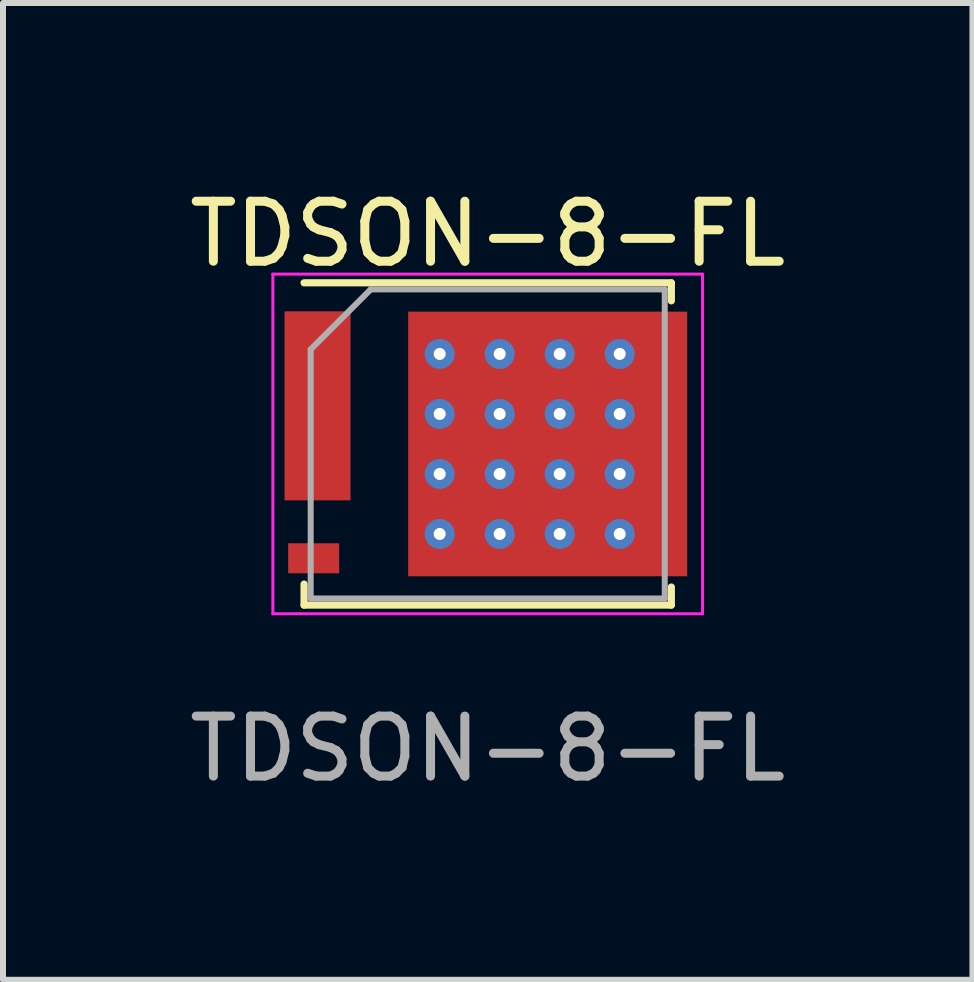
<source format=kicad_pcb>
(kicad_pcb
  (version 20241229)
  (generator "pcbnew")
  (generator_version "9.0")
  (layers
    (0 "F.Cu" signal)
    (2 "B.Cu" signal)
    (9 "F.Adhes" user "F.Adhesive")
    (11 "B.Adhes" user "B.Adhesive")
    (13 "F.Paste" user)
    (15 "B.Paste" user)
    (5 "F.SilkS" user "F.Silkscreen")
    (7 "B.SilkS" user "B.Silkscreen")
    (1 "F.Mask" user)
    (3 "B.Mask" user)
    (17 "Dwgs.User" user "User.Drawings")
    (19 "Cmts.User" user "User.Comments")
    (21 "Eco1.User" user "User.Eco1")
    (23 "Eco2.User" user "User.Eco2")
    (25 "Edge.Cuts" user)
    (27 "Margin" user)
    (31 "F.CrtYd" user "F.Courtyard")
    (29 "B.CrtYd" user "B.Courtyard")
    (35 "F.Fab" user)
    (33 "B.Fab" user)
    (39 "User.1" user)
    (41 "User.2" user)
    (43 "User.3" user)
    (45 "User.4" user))
  (footprint "TDSON-8-FL"
    (layer "F.Cu")
    (at 5.077 4.348)
    (property "Reference" "TDSON-8-FL" (at 0 -3.5 0) (layer "F.SilkS") (effects (font (size 1 1) (thickness 0.15))))
    (attr smd)
    (fp_line (start -3.06 2.335) (end -3.06 2.685) (stroke (width 0.12) (type solid)) (layer "F.SilkS"))
    (fp_line (start 3.06 -2.685) (end -3.06 -2.685) (stroke (width 0.12) (type solid)) (layer "F.SilkS"))
    (fp_line (start 3.06 -2.385) (end 3.06 -2.685) (stroke (width 0.12) (type solid)) (layer "F.SilkS"))
    (fp_line (start 3.06 2.385) (end 3.06 2.685) (stroke (width 0.12) (type solid)) (layer "F.SilkS"))
    (fp_line (start 3.06 2.685) (end -3.06 2.685) (stroke (width 0.12) (type solid)) (layer "F.SilkS"))
    (fp_line (start -3.58 -2.83) (end -3.58 2.83) (stroke (width 0.05) (type solid)) (layer "F.CrtYd"))
    (fp_line (start -3.58 2.83) (end 3.58 2.83) (stroke (width 0.05) (type solid)) (layer "F.CrtYd"))
    (fp_line (start 3.58 -2.83) (end -3.58 -2.83) (stroke (width 0.05) (type solid)) (layer "F.CrtYd"))
    (fp_line (start 3.58 2.83) (end 3.58 -2.83) (stroke (width 0.05) (type solid)) (layer "F.CrtYd"))
    (fp_line (start -2.95 2.575) (end -2.95 -1.575) (stroke (width 0.1) (type solid)) (layer "F.Fab"))
    (fp_line (start -1.95 -2.575) (end -2.95 -1.575) (stroke (width 0.1) (type solid)) (layer "F.Fab"))
    (fp_line (start -1.95 -2.575) (end 2.95 -2.575) (stroke (width 0.1) (type solid)) (layer "F.Fab"))
    (fp_line (start 2.95 -2.575) (end 2.95 2.575) (stroke (width 0.1) (type solid)) (layer "F.Fab"))
    (fp_line (start 2.95 2.575) (end -2.95 2.575) (stroke (width 0.1) (type solid)) (layer "F.Fab"))
    (fp_text user "${REFERENCE}" (at 0 5.08 0) (layer "F.Fab") (effects (font (size 1 1) (thickness 0.15))))
    (pad "" smd rect (at -3.013 -1.943) (size 0.5 0.4) (layers "F.Paste"))
    (pad "" smd rect (at -3.013 -0.639) (size 0.5 0.4) (layers "F.Paste"))
    (pad "" smd rect (at -3.013 0.655) (size 0.5 0.4) (layers "F.Paste"))
    (pad "" smd custom (at -2.6 -0.635) (size 0.6 3.1) (layers "F.Mask") (options (anchor rect)) (primitives (gr_poly (pts (xy -0.3 -1.05) (xy -0.72 -1.05) (xy -0.72 -1.55) (xy -0.3 -1.55)) (width 0) (fill yes)) (gr_poly (pts (xy -0.3 0.25) (xy -0.72 0.25) (xy -0.72 -0.25) (xy -0.3 -0.25)) (width 0) (fill yes)) (gr_poly (pts (xy -0.3 1.55) (xy -0.72 1.55) (xy -0.72 1.05) (xy -0.3 1.05)) (width 0) (fill yes))))
    (pad "" smd roundrect (at -2.52 -1.7) (size 0.3 0.8) (layers "F.Paste") (roundrect_rratio 0.25))
    (pad "" smd roundrect (at -2.52 -0.635) (size 0.3 0.8) (layers "F.Paste") (roundrect_rratio 0.25))
    (pad "" smd roundrect (at -2.52 0.4) (size 0.3 0.8) (layers "F.Paste") (roundrect_rratio 0.25))
    (pad "" smd roundrect (at -0.3 -1.85) (size 0.8 0.5) (layers "F.Paste") (roundrect_rratio 0.25))
    (pad "" smd roundrect (at -0.3 -1) (size 0.8 0.8) (layers "F.Paste") (roundrect_rratio 0.25))
    (pad "" smd roundrect (at -0.3 0) (size 0.8 0.8) (layers "F.Paste") (roundrect_rratio 0.25))
    (pad "" smd roundrect (at -0.3 1) (size 0.8 0.8) (layers "F.Paste") (roundrect_rratio 0.25))
    (pad "" smd roundrect (at -0.3 1.85) (size 0.8 0.5) (layers "F.Paste") (roundrect_rratio 0.25))
    (pad "" smd custom (at 0.65 0) (size 3.75 4.41) (layers "F.Mask") (options (anchor rect)) (primitives (gr_poly (pts (xy 2.675 -1.605) (xy 1.875 -1.605) (xy 1.875 -2.205) (xy 2.675 -2.205)) (width 0) (fill yes)) (gr_poly (pts (xy 2.675 -0.335) (xy 1.875 -0.335) (xy 1.875 -0.935) (xy 2.675 -0.935)) (width 0) (fill yes)) (gr_poly (pts (xy 2.675 0.935) (xy 1.875 0.935) (xy 1.875 0.335) (xy 2.675 0.335)) (width 0) (fill yes)) (gr_poly (pts (xy 2.675 2.205) (xy 1.875 2.205) (xy 1.875 1.605) (xy 2.675 1.605)) (width 0) (fill yes))))
    (pad "" smd roundrect (at 0.698 -1.825) (size 0.8 0.5) (layers "F.Paste") (roundrect_rratio 0.25))
    (pad "" smd roundrect (at 0.698 -0.975) (size 0.8 0.8) (layers "F.Paste") (roundrect_rratio 0.25))
    (pad "" smd roundrect (at 0.698 0.025) (size 0.8 0.8) (layers "F.Paste") (roundrect_rratio 0.25))
    (pad "" smd roundrect (at 0.698 1.025) (size 0.8 0.8) (layers "F.Paste") (roundrect_rratio 0.25))
    (pad "" smd roundrect (at 0.698 1.875) (size 0.8 0.5) (layers "F.Paste") (roundrect_rratio 0.25))
    (pad "" smd roundrect (at 1.698 -1.825) (size 0.8 0.5) (layers "F.Paste") (roundrect_rratio 0.25))
    (pad "" smd roundrect (at 1.698 -0.975) (size 0.8 0.8) (layers "F.Paste") (roundrect_rratio 0.25))
    (pad "" smd roundrect (at 1.698 0.025) (size 0.8 0.8) (layers "F.Paste") (roundrect_rratio 0.25))
    (pad "" smd roundrect (at 1.698 1.025) (size 0.8 0.8) (layers "F.Paste") (roundrect_rratio 0.25))
    (pad "" smd roundrect (at 1.698 1.875) (size 0.8 0.5) (layers "F.Paste") (roundrect_rratio 0.25))
    (pad "" smd rect (at 2.905 -1.905) (size 0.75 0.5) (layers "F.Paste"))
    (pad "" smd rect (at 2.905 -0.635) (size 0.75 0.5) (layers "F.Paste"))
    (pad "" smd rect (at 2.905 0.635) (size 0.75 0.5) (layers "F.Paste"))
    (pad "" smd rect (at 2.905 1.905) (size 0.75 0.5) (layers "F.Paste"))
    (pad "1" smd rect (at -2.836 -0.635) (size 1.1 3.15) (layers "F.Cu"))
    (pad "4" smd rect (at -2.9 1.905) (size 0.85 0.5) (layers "F.Cu" "F.Mask" "F.Paste"))
    (pad "5" thru_hole circle (at -0.8 -1.5) (size 0.5 0.5) (drill 0.2) (property pad_prop_heatsink) (layers "*.Cu") (remove_unused_layers yes) (keep_end_layers yes) (zone_layer_connections))
    (pad "5" thru_hole circle (at -0.8 -0.5) (size 0.5 0.5) (drill 0.2) (property pad_prop_heatsink) (layers "*.Cu") (remove_unused_layers yes) (keep_end_layers yes) (zone_layer_connections))
    (pad "5" thru_hole circle (at -0.8 0.5) (size 0.5 0.5) (drill 0.2) (property pad_prop_heatsink) (layers "*.Cu") (remove_unused_layers yes) (keep_end_layers yes) (zone_layer_connections))
    (pad "5" thru_hole circle (at -0.8 1.5) (size 0.5 0.5) (drill 0.2) (property pad_prop_heatsink) (layers "*.Cu") (remove_unused_layers yes) (keep_end_layers yes) (zone_layer_connections))
    (pad "5" thru_hole circle (at 0.2 -1.5) (size 0.5 0.5) (drill 0.2) (property pad_prop_heatsink) (layers "*.Cu") (remove_unused_layers yes) (keep_end_layers yes) (zone_layer_connections))
    (pad "5" thru_hole circle (at 0.2 -0.5) (size 0.5 0.5) (drill 0.2) (property pad_prop_heatsink) (layers "*.Cu") (remove_unused_layers yes) (keep_end_layers yes) (zone_layer_connections))
    (pad "5" thru_hole circle (at 0.2 0.5) (size 0.5 0.5) (drill 0.2) (property pad_prop_heatsink) (layers "*.Cu") (remove_unused_layers yes) (keep_end_layers yes) (zone_layer_connections))
    (pad "5" thru_hole circle (at 0.2 1.5) (size 0.5 0.5) (drill 0.2) (property pad_prop_heatsink) (layers "*.Cu") (remove_unused_layers yes) (keep_end_layers yes) (zone_layer_connections))
    (pad "5" smd custom (at 1 0) (size 4.65 4.41) (layers "F.Cu") (options (anchor rect)) (primitives (gr_bbox (start -0.75 -0.75) (end 0.75 0.75) (fill no))))
    (pad "5" thru_hole circle (at 1.2 -1.5) (size 0.5 0.5) (drill 0.2) (property pad_prop_heatsink) (layers "*.Cu") (remove_unused_layers yes) (keep_end_layers yes) (zone_layer_connections))
    (pad "5" thru_hole circle (at 1.2 -0.5) (size 0.5 0.5) (drill 0.2) (property pad_prop_heatsink) (layers "*.Cu") (remove_unused_layers yes) (keep_end_layers yes) (zone_layer_connections))
    (pad "5" thru_hole circle (at 1.2 0.5) (size 0.5 0.5) (drill 0.2) (property pad_prop_heatsink) (layers "*.Cu") (remove_unused_layers yes) (keep_end_layers yes) (zone_layer_connections))
    (pad "5" thru_hole circle (at 1.2 1.5) (size 0.5 0.5) (drill 0.2) (property pad_prop_heatsink) (layers "*.Cu") (remove_unused_layers yes) (keep_end_layers yes) (zone_layer_connections))
    (pad "5" thru_hole circle (at 2.2 -1.5) (size 0.5 0.5) (drill 0.2) (property pad_prop_heatsink) (layers "*.Cu") (remove_unused_layers yes) (keep_end_layers yes) (zone_layer_connections))
    (pad "5" thru_hole circle (at 2.2 -0.5) (size 0.5 0.5) (drill 0.2) (property pad_prop_heatsink) (layers "*.Cu") (remove_unused_layers yes) (keep_end_layers yes) (zone_layer_connections))
    (pad "5" thru_hole circle (at 2.2 0.5) (size 0.5 0.5) (drill 0.2) (property pad_prop_heatsink) (layers "*.Cu") (remove_unused_layers yes) (keep_end_layers yes) (zone_layer_connections))
    (pad "5" thru_hole circle (at 2.2 1.5) (size 0.5 0.5) (drill 0.2) (property pad_prop_heatsink) (layers "*.Cu") (remove_unused_layers yes) (keep_end_layers yes) (zone_layer_connections)))
  (gr_rect
    (start -3 -3)
    (end 13.155 13.277)
    (stroke (width 0.1) (type default))
    (fill no)
    (layer "Edge.Cuts")))
</source>
